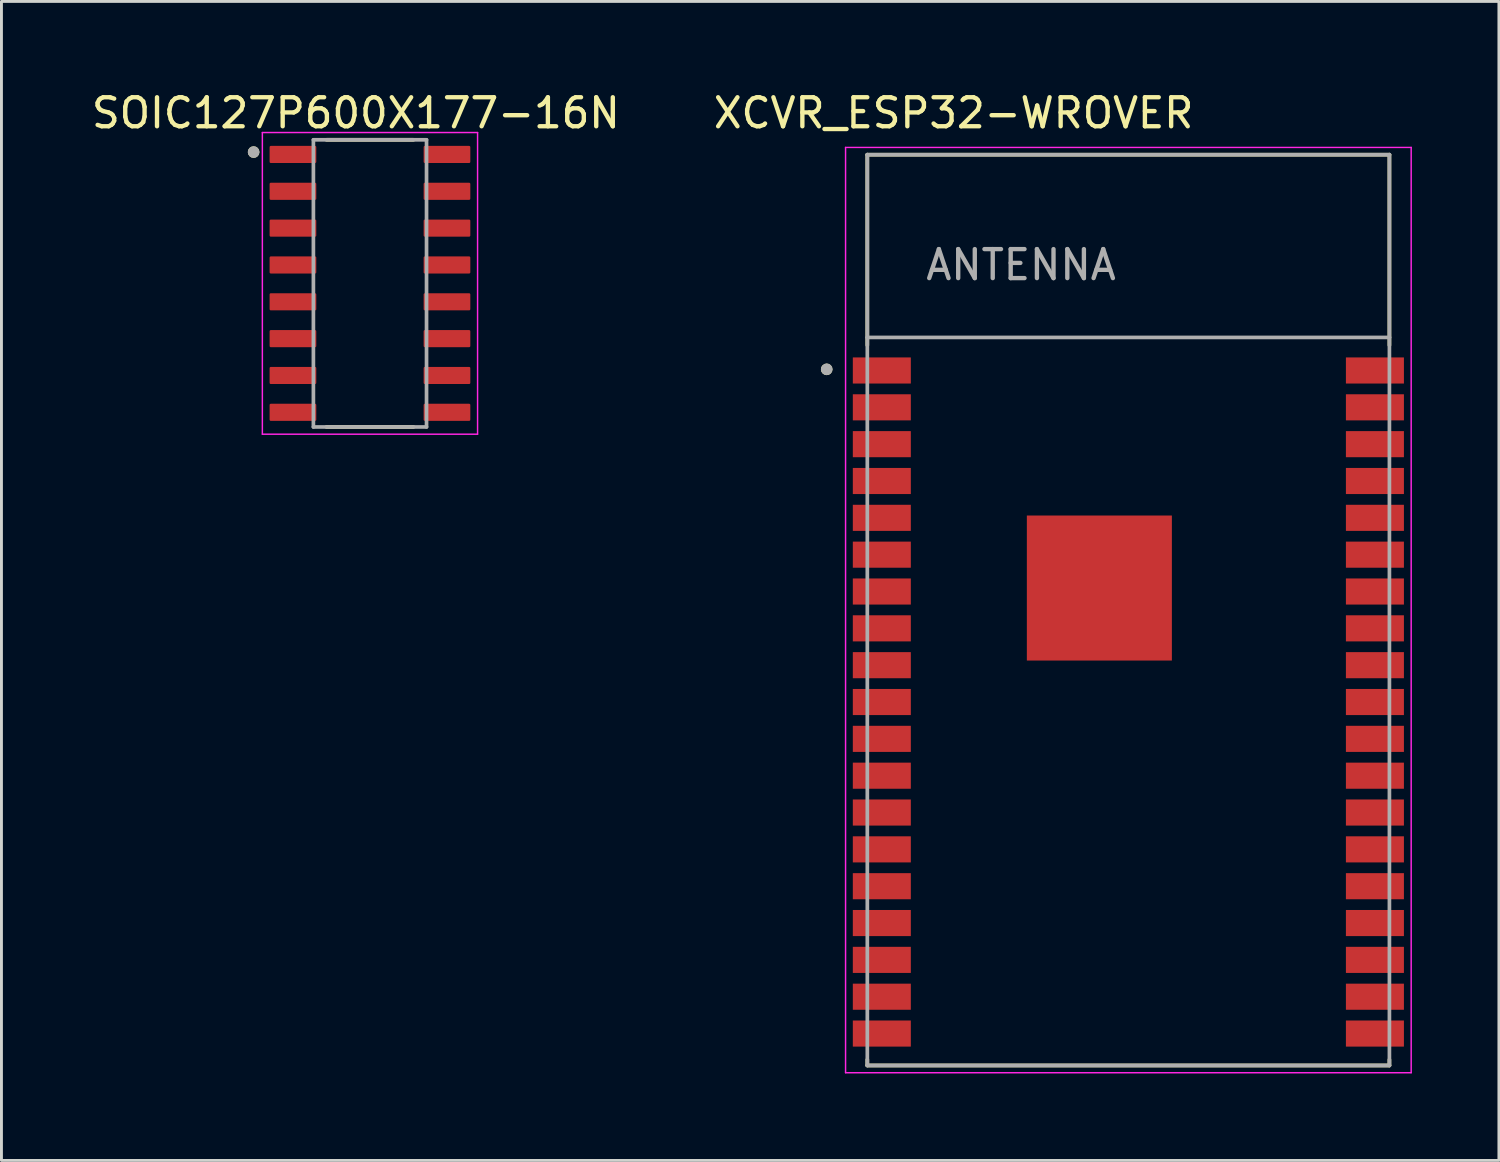
<source format=kicad_pcb>
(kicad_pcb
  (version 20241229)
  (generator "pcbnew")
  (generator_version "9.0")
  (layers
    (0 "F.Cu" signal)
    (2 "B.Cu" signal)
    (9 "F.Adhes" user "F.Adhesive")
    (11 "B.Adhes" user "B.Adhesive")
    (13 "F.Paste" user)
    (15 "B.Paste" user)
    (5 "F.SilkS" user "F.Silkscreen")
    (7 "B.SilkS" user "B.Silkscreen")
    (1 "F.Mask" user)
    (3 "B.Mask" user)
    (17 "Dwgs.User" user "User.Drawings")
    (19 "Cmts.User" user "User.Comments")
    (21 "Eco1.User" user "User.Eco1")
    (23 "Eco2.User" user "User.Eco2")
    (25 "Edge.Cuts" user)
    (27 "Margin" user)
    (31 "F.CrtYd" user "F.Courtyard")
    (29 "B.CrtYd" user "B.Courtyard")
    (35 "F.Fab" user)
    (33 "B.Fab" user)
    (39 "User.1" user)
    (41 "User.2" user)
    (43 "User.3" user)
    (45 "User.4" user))
  (footprint "SOIC127P600X177-16N"
    (layer "F.Cu")
    (at 9.705 6.72)
    (property "Reference" "SOIC127P600X177-16N" (at -0.485 -5.872 0) (layer "F.SilkS") (effects (font (size 1 1) (thickness 0.15))))
    (attr through_hole)
    (fp_line (start -1.5 -4.95) (end 1.5 -4.95) (stroke (width 0.127) (type solid)) (layer "F.SilkS"))
    (fp_line (start -1.5 4.95) (end 1.5 4.95) (stroke (width 0.127) (type solid)) (layer "F.SilkS"))
    (fp_circle (center -4.011 -4.527) (end -3.911 -4.527) (stroke (width 0.2) (type solid)) (fill no) (layer "F.SilkS"))
    (fp_line (start -3.71 -5.2) (end -3.71 5.2) (stroke (width 0.05) (type solid)) (layer "F.CrtYd"))
    (fp_line (start -3.71 -5.2) (end 3.71 -5.2) (stroke (width 0.05) (type solid)) (layer "F.CrtYd"))
    (fp_line (start -3.71 5.2) (end 3.71 5.2) (stroke (width 0.05) (type solid)) (layer "F.CrtYd"))
    (fp_line (start 3.71 -5.2) (end 3.71 5.2) (stroke (width 0.05) (type solid)) (layer "F.CrtYd"))
    (fp_line (start -1.95 -4.95) (end -1.95 4.95) (stroke (width 0.127) (type solid)) (layer "F.Fab"))
    (fp_line (start -1.95 -4.95) (end 1.95 -4.95) (stroke (width 0.127) (type solid)) (layer "F.Fab"))
    (fp_line (start -1.95 4.95) (end 1.95 4.95) (stroke (width 0.127) (type solid)) (layer "F.Fab"))
    (fp_line (start 1.95 -4.95) (end 1.95 4.95) (stroke (width 0.127) (type solid)) (layer "F.Fab"))
    (fp_circle (center -4.011 -4.527) (end -3.911 -4.527) (stroke (width 0.2) (type solid)) (fill no) (layer "F.Fab"))
    (pad "1" smd roundrect (at -2.655 -4.445) (size 1.61 0.59) (layers "F.Cu" "F.Mask" "F.Paste") (roundrect_rratio 0.07))
    (pad "2" smd roundrect (at -2.655 -3.175) (size 1.61 0.59) (layers "F.Cu" "F.Mask" "F.Paste") (roundrect_rratio 0.07))
    (pad "3" smd roundrect (at -2.655 -1.905) (size 1.61 0.59) (layers "F.Cu" "F.Mask" "F.Paste") (roundrect_rratio 0.07))
    (pad "4" smd roundrect (at -2.655 -0.635) (size 1.61 0.59) (layers "F.Cu" "F.Mask" "F.Paste") (roundrect_rratio 0.07))
    (pad "5" smd roundrect (at -2.655 0.635) (size 1.61 0.59) (layers "F.Cu" "F.Mask" "F.Paste") (roundrect_rratio 0.07))
    (pad "6" smd roundrect (at -2.655 1.905) (size 1.61 0.59) (layers "F.Cu" "F.Mask" "F.Paste") (roundrect_rratio 0.07))
    (pad "7" smd roundrect (at -2.655 3.175) (size 1.61 0.59) (layers "F.Cu" "F.Mask" "F.Paste") (roundrect_rratio 0.07))
    (pad "8" smd roundrect (at -2.655 4.445) (size 1.61 0.59) (layers "F.Cu" "F.Mask" "F.Paste") (roundrect_rratio 0.07))
    (pad "9" smd roundrect (at 2.655 4.445) (size 1.61 0.59) (layers "F.Cu" "F.Mask" "F.Paste") (roundrect_rratio 0.07))
    (pad "10" smd roundrect (at 2.655 3.175) (size 1.61 0.59) (layers "F.Cu" "F.Mask" "F.Paste") (roundrect_rratio 0.07))
    (pad "11" smd roundrect (at 2.655 1.905) (size 1.61 0.59) (layers "F.Cu" "F.Mask" "F.Paste") (roundrect_rratio 0.07))
    (pad "12" smd roundrect (at 2.655 0.635) (size 1.61 0.59) (layers "F.Cu" "F.Mask" "F.Paste") (roundrect_rratio 0.07))
    (pad "13" smd roundrect (at 2.655 -0.635) (size 1.61 0.59) (layers "F.Cu" "F.Mask" "F.Paste") (roundrect_rratio 0.07))
    (pad "14" smd roundrect (at 2.655 -1.905) (size 1.61 0.59) (layers "F.Cu" "F.Mask" "F.Paste") (roundrect_rratio 0.07))
    (pad "15" smd roundrect (at 2.655 -3.175) (size 1.61 0.59) (layers "F.Cu" "F.Mask" "F.Paste") (roundrect_rratio 0.07))
    (pad "16" smd roundrect (at 2.655 -4.445) (size 1.61 0.59) (layers "F.Cu" "F.Mask" "F.Paste") (roundrect_rratio 0.07)))
  (footprint "XCVR_ESP32-WROVER"
    (layer "F.Cu")
    (at 35.852 17.983)
    (property "Reference" "XCVR_ESP32-WROVER" (at -6.025 -17.135 0) (layer "F.SilkS") (effects (font (size 1 1) (thickness 0.15))))
    (attr through_hole)
    (fp_poly (pts (xy -3.5 -3.26) (xy -2.17 -3.26) (xy -2.17 -1.93) (xy -3.5 -1.93)) (stroke (width 0.01) (type solid)) (fill yes) (layer "F.Mask"))
    (fp_poly (pts (xy -3.5 -1.425) (xy -2.17 -1.425) (xy -2.17 -0.095) (xy -3.5 -0.095)) (stroke (width 0.01) (type solid)) (fill yes) (layer "F.Mask"))
    (fp_poly (pts (xy -3.5 0.41) (xy -2.17 0.41) (xy -2.17 1.74) (xy -3.5 1.74)) (stroke (width 0.01) (type solid)) (fill yes) (layer "F.Mask"))
    (fp_poly (pts (xy -1.665 -3.26) (xy -0.335 -3.26) (xy -0.335 -1.93) (xy -1.665 -1.93)) (stroke (width 0.01) (type solid)) (fill yes) (layer "F.Mask"))
    (fp_poly (pts (xy -1.665 -1.425) (xy -0.335 -1.425) (xy -0.335 -0.095) (xy -1.665 -0.095)) (stroke (width 0.01) (type solid)) (fill yes) (layer "F.Mask"))
    (fp_poly (pts (xy -1.665 0.41) (xy -0.335 0.41) (xy -0.335 1.74) (xy -1.665 1.74)) (stroke (width 0.01) (type solid)) (fill yes) (layer "F.Mask"))
    (fp_poly (pts (xy 0.17 -3.26) (xy 1.5 -3.26) (xy 1.5 -1.93) (xy 0.17 -1.93)) (stroke (width 0.01) (type solid)) (fill yes) (layer "F.Mask"))
    (fp_poly (pts (xy 0.17 -1.425) (xy 1.5 -1.425) (xy 1.5 -0.095) (xy 0.17 -0.095)) (stroke (width 0.01) (type solid)) (fill yes) (layer "F.Mask"))
    (fp_poly (pts (xy 0.17 0.41) (xy 1.5 0.41) (xy 1.5 1.74) (xy 0.17 1.74)) (stroke (width 0.01) (type solid)) (fill yes) (layer "F.Mask"))
    (fp_line (start -9 -15.7) (end 9 -15.7) (stroke (width 0.127) (type solid)) (layer "F.SilkS"))
    (fp_line (start -9 -9.13) (end -9 -15.7) (stroke (width 0.127) (type solid)) (layer "F.SilkS"))
    (fp_line (start -9 15.5) (end -9 15.7) (stroke (width 0.127) (type solid)) (layer "F.SilkS"))
    (fp_line (start -9 15.7) (end 9 15.7) (stroke (width 0.127) (type solid)) (layer "F.SilkS"))
    (fp_line (start 9 -15.7) (end 9 -9.13) (stroke (width 0.127) (type solid)) (layer "F.SilkS"))
    (fp_line (start 9 15.7) (end 9 15.5) (stroke (width 0.127) (type solid)) (layer "F.SilkS"))
    (fp_circle (center -10.4 -8.3) (end -10.3 -8.3) (stroke (width 0.2) (type solid)) (fill no) (layer "F.SilkS"))
    (fp_poly (pts (xy -3.5 -3.26) (xy -2.17 -3.26) (xy -2.17 -1.93) (xy -3.5 -1.93)) (stroke (width 0.01) (type solid)) (fill yes) (layer "F.Paste"))
    (fp_poly (pts (xy -3.5 -1.425) (xy -2.17 -1.425) (xy -2.17 -0.095) (xy -3.5 -0.095)) (stroke (width 0.01) (type solid)) (fill yes) (layer "F.Paste"))
    (fp_poly (pts (xy -3.5 0.41) (xy -2.17 0.41) (xy -2.17 1.74) (xy -3.5 1.74)) (stroke (width 0.01) (type solid)) (fill yes) (layer "F.Paste"))
    (fp_poly (pts (xy -1.665 -3.26) (xy -0.335 -3.26) (xy -0.335 -1.93) (xy -1.665 -1.93)) (stroke (width 0.01) (type solid)) (fill yes) (layer "F.Paste"))
    (fp_poly (pts (xy -1.665 -1.425) (xy -0.335 -1.425) (xy -0.335 -0.095) (xy -1.665 -0.095)) (stroke (width 0.01) (type solid)) (fill yes) (layer "F.Paste"))
    (fp_poly (pts (xy -1.665 0.41) (xy -0.335 0.41) (xy -0.335 1.74) (xy -1.665 1.74)) (stroke (width 0.01) (type solid)) (fill yes) (layer "F.Paste"))
    (fp_poly (pts (xy 0.17 -3.26) (xy 1.5 -3.26) (xy 1.5 -1.93) (xy 0.17 -1.93)) (stroke (width 0.01) (type solid)) (fill yes) (layer "F.Paste"))
    (fp_poly (pts (xy 0.17 -1.425) (xy 1.5 -1.425) (xy 1.5 -0.095) (xy 0.17 -0.095)) (stroke (width 0.01) (type solid)) (fill yes) (layer "F.Paste"))
    (fp_poly (pts (xy 0.17 0.41) (xy 1.5 0.41) (xy 1.5 1.74) (xy 0.17 1.74)) (stroke (width 0.01) (type solid)) (fill yes) (layer "F.Paste"))
    (fp_line (start -9.75 -15.95) (end -9.75 15.95) (stroke (width 0.05) (type solid)) (layer "F.CrtYd"))
    (fp_line (start -9.75 -15.95) (end 9.75 -15.95) (stroke (width 0.05) (type solid)) (layer "F.CrtYd"))
    (fp_line (start -9.75 15.95) (end 9.75 15.95) (stroke (width 0.05) (type solid)) (layer "F.CrtYd"))
    (fp_line (start 9.75 15.95) (end 9.75 -15.95) (stroke (width 0.05) (type solid)) (layer "F.CrtYd"))
    (fp_line (start -9 -15.7) (end 9 -15.7) (stroke (width 0.127) (type solid)) (layer "F.Fab"))
    (fp_line (start -9 -9.4) (end -9 -15.7) (stroke (width 0.127) (type solid)) (layer "F.Fab"))
    (fp_line (start -9 -9.4) (end 9 -9.4) (stroke (width 0.127) (type solid)) (layer "F.Fab"))
    (fp_line (start -9 15.7) (end -9 -9.4) (stroke (width 0.127) (type solid)) (layer "F.Fab"))
    (fp_line (start 9 -15.7) (end 9 -9.4) (stroke (width 0.127) (type solid)) (layer "F.Fab"))
    (fp_line (start 9 -9.4) (end 9 15.7) (stroke (width 0.127) (type solid)) (layer "F.Fab"))
    (fp_line (start 9 15.7) (end -9 15.7) (stroke (width 0.127) (type solid)) (layer "F.Fab"))
    (fp_circle (center -10.4 -8.3) (end -10.3 -8.3) (stroke (width 0.2) (type solid)) (fill no) (layer "F.Fab"))
    (fp_text user "ANTENNA" (at -3.7 -11.9 0) (layer "F.Fab") (effects (font (size 1 1) (thickness 0.15))))
    (pad "1" smd rect (at -8.5 -8.26) (size 2 0.9) (layers "F.Cu" "F.Mask" "F.Paste"))
    (pad "2" smd rect (at -8.5 -6.99) (size 2 0.9) (layers "F.Cu" "F.Mask" "F.Paste"))
    (pad "3" smd rect (at -8.5 -5.72) (size 2 0.9) (layers "F.Cu" "F.Mask" "F.Paste"))
    (pad "4" smd rect (at -8.5 -4.45) (size 2 0.9) (layers "F.Cu" "F.Mask" "F.Paste"))
    (pad "5" smd rect (at -8.5 -3.18) (size 2 0.9) (layers "F.Cu" "F.Mask" "F.Paste"))
    (pad "6" smd rect (at -8.5 -1.91) (size 2 0.9) (layers "F.Cu" "F.Mask" "F.Paste"))
    (pad "7" smd rect (at -8.5 -0.64) (size 2 0.9) (layers "F.Cu" "F.Mask" "F.Paste"))
    (pad "8" smd rect (at -8.5 0.63) (size 2 0.9) (layers "F.Cu" "F.Mask" "F.Paste"))
    (pad "9" smd rect (at -8.5 1.9) (size 2 0.9) (layers "F.Cu" "F.Mask" "F.Paste"))
    (pad "10" smd rect (at -8.5 3.17) (size 2 0.9) (layers "F.Cu" "F.Mask" "F.Paste"))
    (pad "11" smd rect (at -8.5 4.44) (size 2 0.9) (layers "F.Cu" "F.Mask" "F.Paste"))
    (pad "12" smd rect (at -8.5 5.71) (size 2 0.9) (layers "F.Cu" "F.Mask" "F.Paste"))
    (pad "13" smd rect (at -8.5 6.98) (size 2 0.9) (layers "F.Cu" "F.Mask" "F.Paste"))
    (pad "14" smd rect (at -8.5 8.25) (size 2 0.9) (layers "F.Cu" "F.Mask" "F.Paste"))
    (pad "15" smd rect (at -8.5 9.52) (size 2 0.9) (layers "F.Cu" "F.Mask" "F.Paste"))
    (pad "16" smd rect (at -8.5 10.79) (size 2 0.9) (layers "F.Cu" "F.Mask" "F.Paste"))
    (pad "17" smd rect (at -8.5 12.06) (size 2 0.9) (layers "F.Cu" "F.Mask" "F.Paste"))
    (pad "18" smd rect (at -8.5 13.33) (size 2 0.9) (layers "F.Cu" "F.Mask" "F.Paste"))
    (pad "19" smd rect (at -8.5 14.6) (size 2 0.9) (layers "F.Cu" "F.Mask" "F.Paste"))
    (pad "20" smd rect (at 8.5 14.6) (size 2 0.9) (layers "F.Cu" "F.Mask" "F.Paste"))
    (pad "21" smd rect (at 8.5 13.33) (size 2 0.9) (layers "F.Cu" "F.Mask" "F.Paste"))
    (pad "22" smd rect (at 8.5 12.06) (size 2 0.9) (layers "F.Cu" "F.Mask" "F.Paste"))
    (pad "23" smd rect (at 8.5 10.79) (size 2 0.9) (layers "F.Cu" "F.Mask" "F.Paste"))
    (pad "24" smd rect (at 8.5 9.52) (size 2 0.9) (layers "F.Cu" "F.Mask" "F.Paste"))
    (pad "25" smd rect (at 8.5 8.25) (size 2 0.9) (layers "F.Cu" "F.Mask" "F.Paste"))
    (pad "26" smd rect (at 8.5 6.98) (size 2 0.9) (layers "F.Cu" "F.Mask" "F.Paste"))
    (pad "27" smd rect (at 8.5 5.71) (size 2 0.9) (layers "F.Cu" "F.Mask" "F.Paste"))
    (pad "28" smd rect (at 8.5 4.44) (size 2 0.9) (layers "F.Cu" "F.Mask" "F.Paste"))
    (pad "29" smd rect (at 8.5 3.17) (size 2 0.9) (layers "F.Cu" "F.Mask" "F.Paste"))
    (pad "30" smd rect (at 8.5 1.9) (size 2 0.9) (layers "F.Cu" "F.Mask" "F.Paste"))
    (pad "31" smd rect (at 8.5 0.63) (size 2 0.9) (layers "F.Cu" "F.Mask" "F.Paste"))
    (pad "32" smd rect (at 8.5 -0.64) (size 2 0.9) (layers "F.Cu" "F.Mask" "F.Paste"))
    (pad "33" smd rect (at 8.5 -1.91) (size 2 0.9) (layers "F.Cu" "F.Mask" "F.Paste"))
    (pad "34" smd rect (at 8.5 -3.18) (size 2 0.9) (layers "F.Cu" "F.Mask" "F.Paste"))
    (pad "35" smd rect (at 8.5 -4.45) (size 2 0.9) (layers "F.Cu" "F.Mask" "F.Paste"))
    (pad "36" smd rect (at 8.5 -5.72) (size 2 0.9) (layers "F.Cu" "F.Mask" "F.Paste"))
    (pad "37" smd rect (at 8.5 -6.99) (size 2 0.9) (layers "F.Cu" "F.Mask" "F.Paste"))
    (pad "38" smd rect (at 8.5 -8.26) (size 2 0.9) (layers "F.Cu" "F.Mask" "F.Paste"))
    (pad "39" smd rect (at -1 -0.76) (size 5 5) (layers "F.Cu")))
  (gr_rect
    (start -3 -3)
    (end 48.627 36.958)
    (stroke (width 0.1) (type default))
    (fill no)
    (layer "Edge.Cuts")))
</source>
